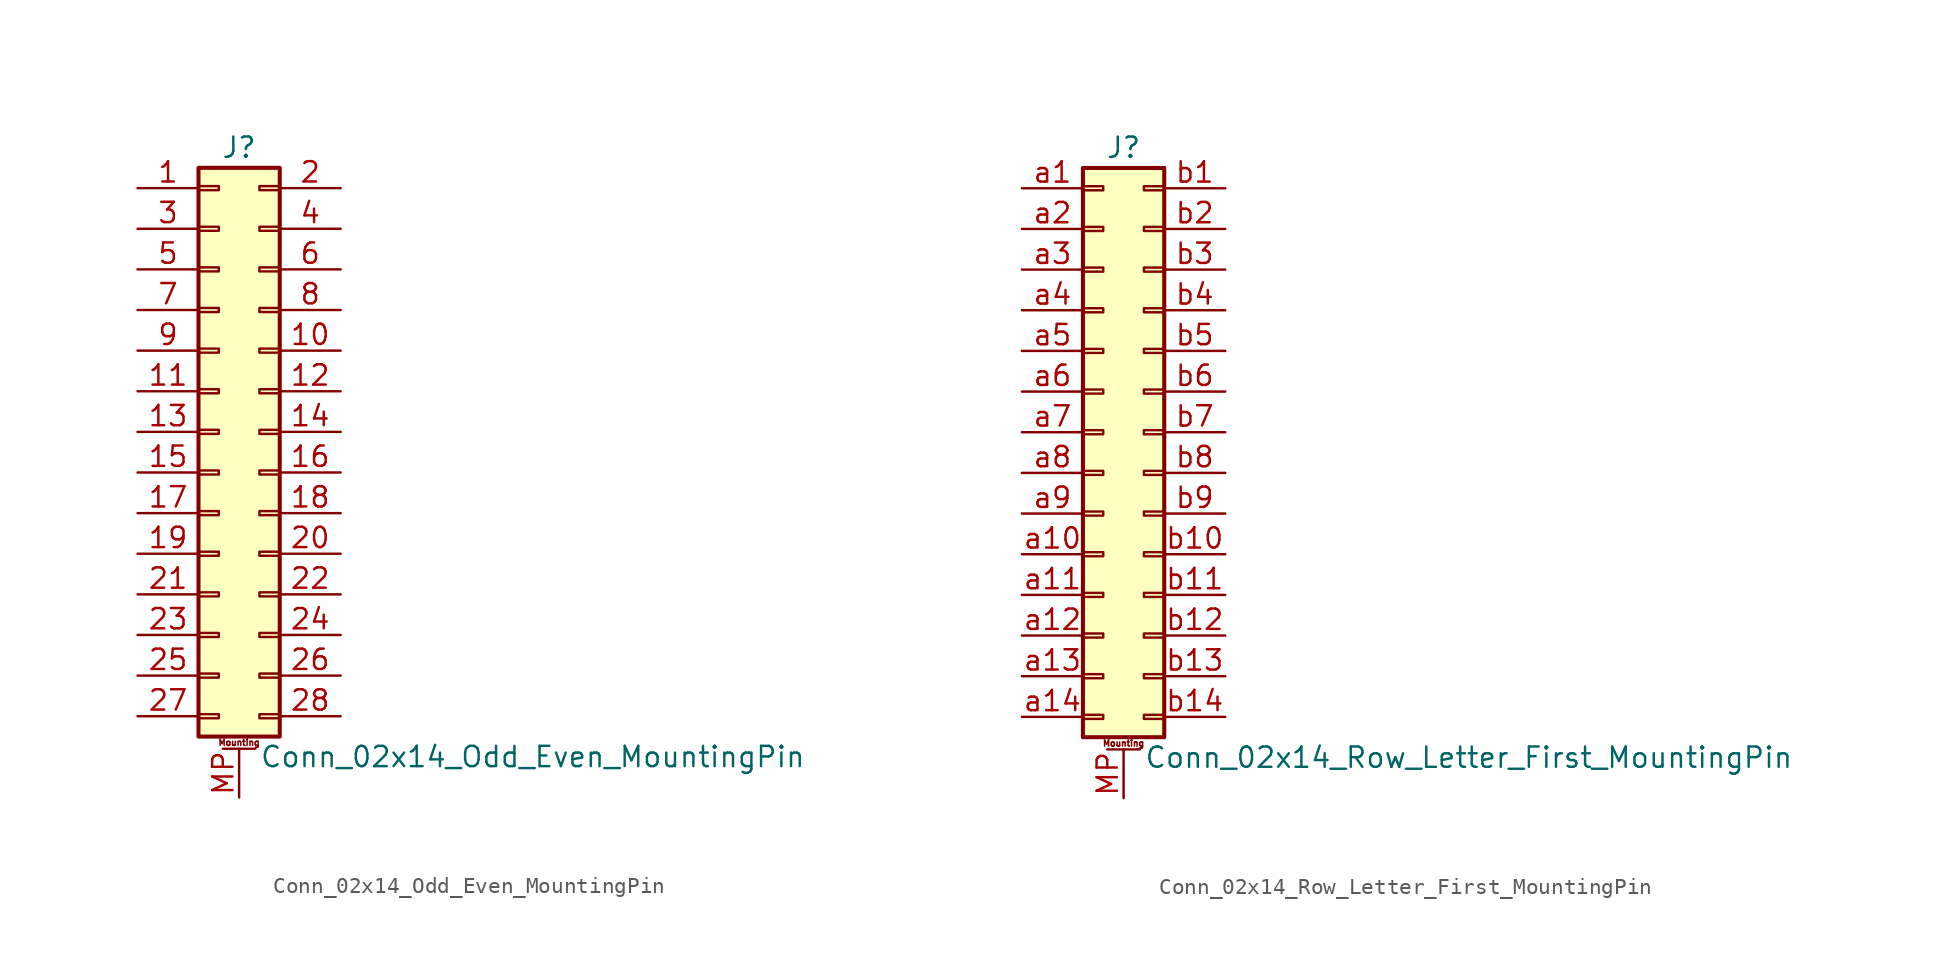
<source format=kicad_sym>
(kicad_symbol_lib
  (version 20211014)
  (generator kicad_symbol_editor)
  (symbol "Conn_02x14_Odd_Even_MountingPin"
    (pin_names
      (offset 1.016) hide)
    (property "Reference" "J"
      (at 1.27 17.78 0)
      (effects (font (size 1.27 1.27))))
    (property "Value" "Conn_02x14_Odd_Even_MountingPin"
      (at 2.54 -20.32 0)
      (effects (font (size 1.27 1.27)) (justify left)))
    (symbol "Conn_02x14_Odd_Even_MountingPin_1_1"
      (rectangle (start -1.27 -17.653) (end 0 -17.907) (stroke (width 0.152) (type default) (color 0 0 0 0)) (fill (type none)))
      (rectangle (start -1.27 -15.113) (end 0 -15.367) (stroke (width 0.152) (type default) (color 0 0 0 0)) (fill (type none)))
      (rectangle (start -1.27 -12.573) (end 0 -12.827) (stroke (width 0.152) (type default) (color 0 0 0 0)) (fill (type none)))
      (rectangle (start -1.27 -10.033) (end 0 -10.287) (stroke (width 0.152) (type default) (color 0 0 0 0)) (fill (type none)))
      (rectangle (start -1.27 -7.493) (end 0 -7.747) (stroke (width 0.152) (type default) (color 0 0 0 0)) (fill (type none)))
      (rectangle (start -1.27 -4.953) (end 0 -5.207) (stroke (width 0.152) (type default) (color 0 0 0 0)) (fill (type none)))
      (rectangle (start -1.27 -2.413) (end 0 -2.667) (stroke (width 0.152) (type default) (color 0 0 0 0)) (fill (type none)))
      (rectangle (start -1.27 0.127) (end 0 -0.127) (stroke (width 0.152) (type default) (color 0 0 0 0)) (fill (type none)))
      (rectangle (start -1.27 2.667) (end 0 2.413) (stroke (width 0.152) (type default) (color 0 0 0 0)) (fill (type none)))
      (rectangle (start -1.27 5.207) (end 0 4.953) (stroke (width 0.152) (type default) (color 0 0 0 0)) (fill (type none)))
      (rectangle (start -1.27 7.747) (end 0 7.493) (stroke (width 0.152) (type default) (color 0 0 0 0)) (fill (type none)))
      (rectangle (start -1.27 10.287) (end 0 10.033) (stroke (width 0.152) (type default) (color 0 0 0 0)) (fill (type none)))
      (rectangle (start -1.27 12.827) (end 0 12.573) (stroke (width 0.152) (type default) (color 0 0 0 0)) (fill (type none)))
      (rectangle (start -1.27 15.367) (end 0 15.113) (stroke (width 0.152) (type default) (color 0 0 0 0)) (fill (type none)))
      (rectangle (start -1.27 16.51) (end 3.81 -19.05) (stroke (width 0.254) (type default) (color 0 0 0 0)) (fill (type background)))
      (polyline (pts (xy 0.254 -19.812) (xy 2.286 -19.812)) (stroke (width 0.152) (type default) (color 0 0 0 0)) (fill (type none)))
      (rectangle (start 3.81 -17.653) (end 2.54 -17.907) (stroke (width 0.152) (type default) (color 0 0 0 0)) (fill (type none)))
      (rectangle (start 3.81 -15.113) (end 2.54 -15.367) (stroke (width 0.152) (type default) (color 0 0 0 0)) (fill (type none)))
      (rectangle (start 3.81 -12.573) (end 2.54 -12.827) (stroke (width 0.152) (type default) (color 0 0 0 0)) (fill (type none)))
      (rectangle (start 3.81 -10.033) (end 2.54 -10.287) (stroke (width 0.152) (type default) (color 0 0 0 0)) (fill (type none)))
      (rectangle (start 3.81 -7.493) (end 2.54 -7.747) (stroke (width 0.152) (type default) (color 0 0 0 0)) (fill (type none)))
      (rectangle (start 3.81 -4.953) (end 2.54 -5.207) (stroke (width 0.152) (type default) (color 0 0 0 0)) (fill (type none)))
      (rectangle (start 3.81 -2.413) (end 2.54 -2.667) (stroke (width 0.152) (type default) (color 0 0 0 0)) (fill (type none)))
      (rectangle (start 3.81 0.127) (end 2.54 -0.127) (stroke (width 0.152) (type default) (color 0 0 0 0)) (fill (type none)))
      (rectangle (start 3.81 2.667) (end 2.54 2.413) (stroke (width 0.152) (type default) (color 0 0 0 0)) (fill (type none)))
      (rectangle (start 3.81 5.207) (end 2.54 4.953) (stroke (width 0.152) (type default) (color 0 0 0 0)) (fill (type none)))
      (rectangle (start 3.81 7.747) (end 2.54 7.493) (stroke (width 0.152) (type default) (color 0 0 0 0)) (fill (type none)))
      (rectangle (start 3.81 10.287) (end 2.54 10.033) (stroke (width 0.152) (type default) (color 0 0 0 0)) (fill (type none)))
      (rectangle (start 3.81 12.827) (end 2.54 12.573) (stroke (width 0.152) (type default) (color 0 0 0 0)) (fill (type none)))
      (rectangle (start 3.81 15.367) (end 2.54 15.113) (stroke (width 0.152) (type default) (color 0 0 0 0)) (fill (type none)))
      (text "Mounting" (at 1.27 -19.431 0) (effects (font (size 0.381 0.381))))
      (pin passive line (at -5.08 15.24 0) (length 3.81) (name "Pin_1" (effects (font (size 1.27 1.27)))) (number "1" (effects (font (size 1.27 1.27)))))
      (pin passive line (at 7.62 5.08 180) (length 3.81) (name "Pin_10" (effects (font (size 1.27 1.27)))) (number "10" (effects (font (size 1.27 1.27)))))
      (pin passive line (at -5.08 2.54 0) (length 3.81) (name "Pin_11" (effects (font (size 1.27 1.27)))) (number "11" (effects (font (size 1.27 1.27)))))
      (pin passive line (at 7.62 2.54 180) (length 3.81) (name "Pin_12" (effects (font (size 1.27 1.27)))) (number "12" (effects (font (size 1.27 1.27)))))
      (pin passive line (at -5.08 0 0) (length 3.81) (name "Pin_13" (effects (font (size 1.27 1.27)))) (number "13" (effects (font (size 1.27 1.27)))))
      (pin passive line (at 7.62 0 180) (length 3.81) (name "Pin_14" (effects (font (size 1.27 1.27)))) (number "14" (effects (font (size 1.27 1.27)))))
      (pin passive line (at -5.08 -2.54 0) (length 3.81) (name "Pin_15" (effects (font (size 1.27 1.27)))) (number "15" (effects (font (size 1.27 1.27)))))
      (pin passive line (at 7.62 -2.54 180) (length 3.81) (name "Pin_16" (effects (font (size 1.27 1.27)))) (number "16" (effects (font (size 1.27 1.27)))))
      (pin passive line (at -5.08 -5.08 0) (length 3.81) (name "Pin_17" (effects (font (size 1.27 1.27)))) (number "17" (effects (font (size 1.27 1.27)))))
      (pin passive line (at 7.62 -5.08 180) (length 3.81) (name "Pin_18" (effects (font (size 1.27 1.27)))) (number "18" (effects (font (size 1.27 1.27)))))
      (pin passive line (at -5.08 -7.62 0) (length 3.81) (name "Pin_19" (effects (font (size 1.27 1.27)))) (number "19" (effects (font (size 1.27 1.27)))))
      (pin passive line (at 7.62 15.24 180) (length 3.81) (name "Pin_2" (effects (font (size 1.27 1.27)))) (number "2" (effects (font (size 1.27 1.27)))))
      (pin passive line (at 7.62 -7.62 180) (length 3.81) (name "Pin_20" (effects (font (size 1.27 1.27)))) (number "20" (effects (font (size 1.27 1.27)))))
      (pin passive line (at -5.08 -10.16 0) (length 3.81) (name "Pin_21" (effects (font (size 1.27 1.27)))) (number "21" (effects (font (size 1.27 1.27)))))
      (pin passive line (at 7.62 -10.16 180) (length 3.81) (name "Pin_22" (effects (font (size 1.27 1.27)))) (number "22" (effects (font (size 1.27 1.27)))))
      (pin passive line (at -5.08 -12.7 0) (length 3.81) (name "Pin_23" (effects (font (size 1.27 1.27)))) (number "23" (effects (font (size 1.27 1.27)))))
      (pin passive line (at 7.62 -12.7 180) (length 3.81) (name "Pin_24" (effects (font (size 1.27 1.27)))) (number "24" (effects (font (size 1.27 1.27)))))
      (pin passive line (at -5.08 -15.24 0) (length 3.81) (name "Pin_25" (effects (font (size 1.27 1.27)))) (number "25" (effects (font (size 1.27 1.27)))))
      (pin passive line (at 7.62 -15.24 180) (length 3.81) (name "Pin_26" (effects (font (size 1.27 1.27)))) (number "26" (effects (font (size 1.27 1.27)))))
      (pin passive line (at -5.08 -17.78 0) (length 3.81) (name "Pin_27" (effects (font (size 1.27 1.27)))) (number "27" (effects (font (size 1.27 1.27)))))
      (pin passive line (at 7.62 -17.78 180) (length 3.81) (name "Pin_28" (effects (font (size 1.27 1.27)))) (number "28" (effects (font (size 1.27 1.27)))))
      (pin passive line (at -5.08 12.7 0) (length 3.81) (name "Pin_3" (effects (font (size 1.27 1.27)))) (number "3" (effects (font (size 1.27 1.27)))))
      (pin passive line (at 7.62 12.7 180) (length 3.81) (name "Pin_4" (effects (font (size 1.27 1.27)))) (number "4" (effects (font (size 1.27 1.27)))))
      (pin passive line (at -5.08 10.16 0) (length 3.81) (name "Pin_5" (effects (font (size 1.27 1.27)))) (number "5" (effects (font (size 1.27 1.27)))))
      (pin passive line (at 7.62 10.16 180) (length 3.81) (name "Pin_6" (effects (font (size 1.27 1.27)))) (number "6" (effects (font (size 1.27 1.27)))))
      (pin passive line (at -5.08 7.62 0) (length 3.81) (name "Pin_7" (effects (font (size 1.27 1.27)))) (number "7" (effects (font (size 1.27 1.27)))))
      (pin passive line (at 7.62 7.62 180) (length 3.81) (name "Pin_8" (effects (font (size 1.27 1.27)))) (number "8" (effects (font (size 1.27 1.27)))))
      (pin passive line (at -5.08 5.08 0) (length 3.81) (name "Pin_9" (effects (font (size 1.27 1.27)))) (number "9" (effects (font (size 1.27 1.27)))))
      (pin passive line (at 1.27 -22.86 90) (length 3.048) (name "MountPin" (effects (font (size 1.27 1.27)))) (number "MP" (effects (font (size 1.27 1.27)))))))
  (symbol "Conn_02x14_Row_Letter_First_MountingPin"
    (pin_names
      (offset 1.016) hide)
    (property "Reference" "J"
      (at 1.27 17.78 0)
      (effects (font (size 1.27 1.27))))
    (property "Value" "Conn_02x14_Row_Letter_First_MountingPin"
      (at 2.54 -20.32 0)
      (effects (font (size 1.27 1.27)) (justify left)))
    (symbol "Conn_02x14_Row_Letter_First_MountingPin_1_1"
      (rectangle (start -1.27 -17.653) (end 0 -17.907) (stroke (width 0.152) (type default) (color 0 0 0 0)) (fill (type none)))
      (rectangle (start -1.27 -15.113) (end 0 -15.367) (stroke (width 0.152) (type default) (color 0 0 0 0)) (fill (type none)))
      (rectangle (start -1.27 -12.573) (end 0 -12.827) (stroke (width 0.152) (type default) (color 0 0 0 0)) (fill (type none)))
      (rectangle (start -1.27 -10.033) (end 0 -10.287) (stroke (width 0.152) (type default) (color 0 0 0 0)) (fill (type none)))
      (rectangle (start -1.27 -7.493) (end 0 -7.747) (stroke (width 0.152) (type default) (color 0 0 0 0)) (fill (type none)))
      (rectangle (start -1.27 -4.953) (end 0 -5.207) (stroke (width 0.152) (type default) (color 0 0 0 0)) (fill (type none)))
      (rectangle (start -1.27 -2.413) (end 0 -2.667) (stroke (width 0.152) (type default) (color 0 0 0 0)) (fill (type none)))
      (rectangle (start -1.27 0.127) (end 0 -0.127) (stroke (width 0.152) (type default) (color 0 0 0 0)) (fill (type none)))
      (rectangle (start -1.27 2.667) (end 0 2.413) (stroke (width 0.152) (type default) (color 0 0 0 0)) (fill (type none)))
      (rectangle (start -1.27 5.207) (end 0 4.953) (stroke (width 0.152) (type default) (color 0 0 0 0)) (fill (type none)))
      (rectangle (start -1.27 7.747) (end 0 7.493) (stroke (width 0.152) (type default) (color 0 0 0 0)) (fill (type none)))
      (rectangle (start -1.27 10.287) (end 0 10.033) (stroke (width 0.152) (type default) (color 0 0 0 0)) (fill (type none)))
      (rectangle (start -1.27 12.827) (end 0 12.573) (stroke (width 0.152) (type default) (color 0 0 0 0)) (fill (type none)))
      (rectangle (start -1.27 15.367) (end 0 15.113) (stroke (width 0.152) (type default) (color 0 0 0 0)) (fill (type none)))
      (rectangle (start -1.27 16.51) (end 3.81 -19.05) (stroke (width 0.254) (type default) (color 0 0 0 0)) (fill (type background)))
      (polyline (pts (xy 0.254 -19.812) (xy 2.286 -19.812)) (stroke (width 0.152) (type default) (color 0 0 0 0)) (fill (type none)))
      (rectangle (start 3.81 -17.653) (end 2.54 -17.907) (stroke (width 0.152) (type default) (color 0 0 0 0)) (fill (type none)))
      (rectangle (start 3.81 -15.113) (end 2.54 -15.367) (stroke (width 0.152) (type default) (color 0 0 0 0)) (fill (type none)))
      (rectangle (start 3.81 -12.573) (end 2.54 -12.827) (stroke (width 0.152) (type default) (color 0 0 0 0)) (fill (type none)))
      (rectangle (start 3.81 -10.033) (end 2.54 -10.287) (stroke (width 0.152) (type default) (color 0 0 0 0)) (fill (type none)))
      (rectangle (start 3.81 -7.493) (end 2.54 -7.747) (stroke (width 0.152) (type default) (color 0 0 0 0)) (fill (type none)))
      (rectangle (start 3.81 -4.953) (end 2.54 -5.207) (stroke (width 0.152) (type default) (color 0 0 0 0)) (fill (type none)))
      (rectangle (start 3.81 -2.413) (end 2.54 -2.667) (stroke (width 0.152) (type default) (color 0 0 0 0)) (fill (type none)))
      (rectangle (start 3.81 0.127) (end 2.54 -0.127) (stroke (width 0.152) (type default) (color 0 0 0 0)) (fill (type none)))
      (rectangle (start 3.81 2.667) (end 2.54 2.413) (stroke (width 0.152) (type default) (color 0 0 0 0)) (fill (type none)))
      (rectangle (start 3.81 5.207) (end 2.54 4.953) (stroke (width 0.152) (type default) (color 0 0 0 0)) (fill (type none)))
      (rectangle (start 3.81 7.747) (end 2.54 7.493) (stroke (width 0.152) (type default) (color 0 0 0 0)) (fill (type none)))
      (rectangle (start 3.81 10.287) (end 2.54 10.033) (stroke (width 0.152) (type default) (color 0 0 0 0)) (fill (type none)))
      (rectangle (start 3.81 12.827) (end 2.54 12.573) (stroke (width 0.152) (type default) (color 0 0 0 0)) (fill (type none)))
      (rectangle (start 3.81 15.367) (end 2.54 15.113) (stroke (width 0.152) (type default) (color 0 0 0 0)) (fill (type none)))
      (text "Mounting" (at 1.27 -19.431 0) (effects (font (size 0.381 0.381))))
      (pin passive line (at 1.27 -22.86 90) (length 3.048) (name "MountPin" (effects (font (size 1.27 1.27)))) (number "MP" (effects (font (size 1.27 1.27)))))
      (pin passive line (at -5.08 15.24 0) (length 3.81) (name "Pin_a1" (effects (font (size 1.27 1.27)))) (number "a1" (effects (font (size 1.27 1.27)))))
      (pin passive line (at -5.08 -7.62 0) (length 3.81) (name "Pin_a10" (effects (font (size 1.27 1.27)))) (number "a10" (effects (font (size 1.27 1.27)))))
      (pin passive line (at -5.08 -10.16 0) (length 3.81) (name "Pin_a11" (effects (font (size 1.27 1.27)))) (number "a11" (effects (font (size 1.27 1.27)))))
      (pin passive line (at -5.08 -12.7 0) (length 3.81) (name "Pin_a12" (effects (font (size 1.27 1.27)))) (number "a12" (effects (font (size 1.27 1.27)))))
      (pin passive line (at -5.08 -15.24 0) (length 3.81) (name "Pin_a13" (effects (font (size 1.27 1.27)))) (number "a13" (effects (font (size 1.27 1.27)))))
      (pin passive line (at -5.08 -17.78 0) (length 3.81) (name "Pin_a14" (effects (font (size 1.27 1.27)))) (number "a14" (effects (font (size 1.27 1.27)))))
      (pin passive line (at -5.08 12.7 0) (length 3.81) (name "Pin_a2" (effects (font (size 1.27 1.27)))) (number "a2" (effects (font (size 1.27 1.27)))))
      (pin passive line (at -5.08 10.16 0) (length 3.81) (name "Pin_a3" (effects (font (size 1.27 1.27)))) (number "a3" (effects (font (size 1.27 1.27)))))
      (pin passive line (at -5.08 7.62 0) (length 3.81) (name "Pin_a4" (effects (font (size 1.27 1.27)))) (number "a4" (effects (font (size 1.27 1.27)))))
      (pin passive line (at -5.08 5.08 0) (length 3.81) (name "Pin_a5" (effects (font (size 1.27 1.27)))) (number "a5" (effects (font (size 1.27 1.27)))))
      (pin passive line (at -5.08 2.54 0) (length 3.81) (name "Pin_a6" (effects (font (size 1.27 1.27)))) (number "a6" (effects (font (size 1.27 1.27)))))
      (pin passive line (at -5.08 0 0) (length 3.81) (name "Pin_a7" (effects (font (size 1.27 1.27)))) (number "a7" (effects (font (size 1.27 1.27)))))
      (pin passive line (at -5.08 -2.54 0) (length 3.81) (name "Pin_a8" (effects (font (size 1.27 1.27)))) (number "a8" (effects (font (size 1.27 1.27)))))
      (pin passive line (at -5.08 -5.08 0) (length 3.81) (name "Pin_a9" (effects (font (size 1.27 1.27)))) (number "a9" (effects (font (size 1.27 1.27)))))
      (pin passive line (at 7.62 15.24 180) (length 3.81) (name "Pin_b1" (effects (font (size 1.27 1.27)))) (number "b1" (effects (font (size 1.27 1.27)))))
      (pin passive line (at 7.62 -7.62 180) (length 3.81) (name "Pin_b10" (effects (font (size 1.27 1.27)))) (number "b10" (effects (font (size 1.27 1.27)))))
      (pin passive line (at 7.62 -10.16 180) (length 3.81) (name "Pin_b11" (effects (font (size 1.27 1.27)))) (number "b11" (effects (font (size 1.27 1.27)))))
      (pin passive line (at 7.62 -12.7 180) (length 3.81) (name "Pin_b12" (effects (font (size 1.27 1.27)))) (number "b12" (effects (font (size 1.27 1.27)))))
      (pin passive line (at 7.62 -15.24 180) (length 3.81) (name "Pin_b13" (effects (font (size 1.27 1.27)))) (number "b13" (effects (font (size 1.27 1.27)))))
      (pin passive line (at 7.62 -17.78 180) (length 3.81) (name "Pin_b14" (effects (font (size 1.27 1.27)))) (number "b14" (effects (font (size 1.27 1.27)))))
      (pin passive line (at 7.62 12.7 180) (length 3.81) (name "Pin_b2" (effects (font (size 1.27 1.27)))) (number "b2" (effects (font (size 1.27 1.27)))))
      (pin passive line (at 7.62 10.16 180) (length 3.81) (name "Pin_b3" (effects (font (size 1.27 1.27)))) (number "b3" (effects (font (size 1.27 1.27)))))
      (pin passive line (at 7.62 7.62 180) (length 3.81) (name "Pin_b4" (effects (font (size 1.27 1.27)))) (number "b4" (effects (font (size 1.27 1.27)))))
      (pin passive line (at 7.62 5.08 180) (length 3.81) (name "Pin_b5" (effects (font (size 1.27 1.27)))) (number "b5" (effects (font (size 1.27 1.27)))))
      (pin passive line (at 7.62 2.54 180) (length 3.81) (name "Pin_b6" (effects (font (size 1.27 1.27)))) (number "b6" (effects (font (size 1.27 1.27)))))
      (pin passive line (at 7.62 0 180) (length 3.81) (name "Pin_b7" (effects (font (size 1.27 1.27)))) (number "b7" (effects (font (size 1.27 1.27)))))
      (pin passive line (at 7.62 -2.54 180) (length 3.81) (name "Pin_b8" (effects (font (size 1.27 1.27)))) (number "b8" (effects (font (size 1.27 1.27)))))
      (pin passive line (at 7.62 -5.08 180) (length 3.81) (name "Pin_b9" (effects (font (size 1.27 1.27)))) (number "b9" (effects (font (size 1.27 1.27))))))))
</source>
